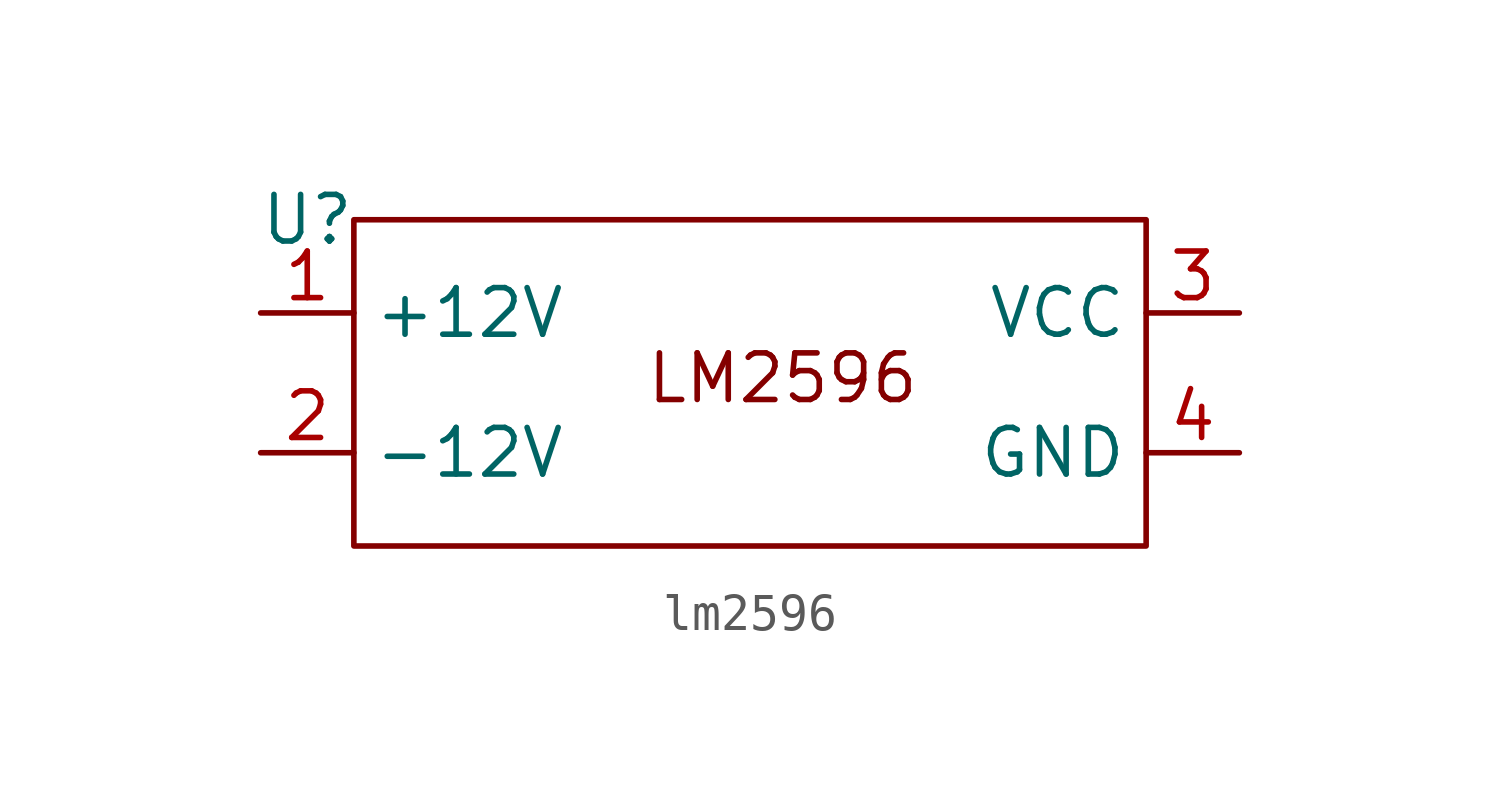
<source format=kicad_sym>
(kicad_symbol_lib
  (version 20231120)
  (generator "kicad_symbol_editor")
  (generator_version "8.0")
  (symbol "lm2596"
    (property "Reference" "U"
      (at 0 0 0)
      (effects (font (size 1.27 1.27))))
    (property "Value" ""
      (at 0 0 0)
      (effects (font (size 1.27 1.27))))
    (symbol "lm2596_0_1"
      (rectangle (start 1.27 0) (end 22.86 -8.89) (stroke (width 0) (type default)) (fill (type none))))
    (symbol "lm2596_1_1"
      (text "LM2596" (at 12.954 -4.318 0) (effects (font (size 1.27 1.27))))
      (pin power_in line (at -1.27 -2.54 0) (length 2.54) (name "+12V" (effects (font (size 1.27 1.27)))) (number "1" (effects (font (size 1.27 1.27)))))
      (pin power_in line (at -1.27 -6.35 0) (length 2.54) (name "-12V" (effects (font (size 1.27 1.27)))) (number "2" (effects (font (size 1.27 1.27)))))
      (pin power_in line (at 25.4 -2.54 180) (length 2.54) (name "VCC" (effects (font (size 1.27 1.27)))) (number "3" (effects (font (size 1.27 1.27)))))
      (pin power_in line (at 25.4 -6.35 180) (length 2.54) (name "GND" (effects (font (size 1.27 1.27)))) (number "4" (effects (font (size 1.27 1.27))))))))
</source>
